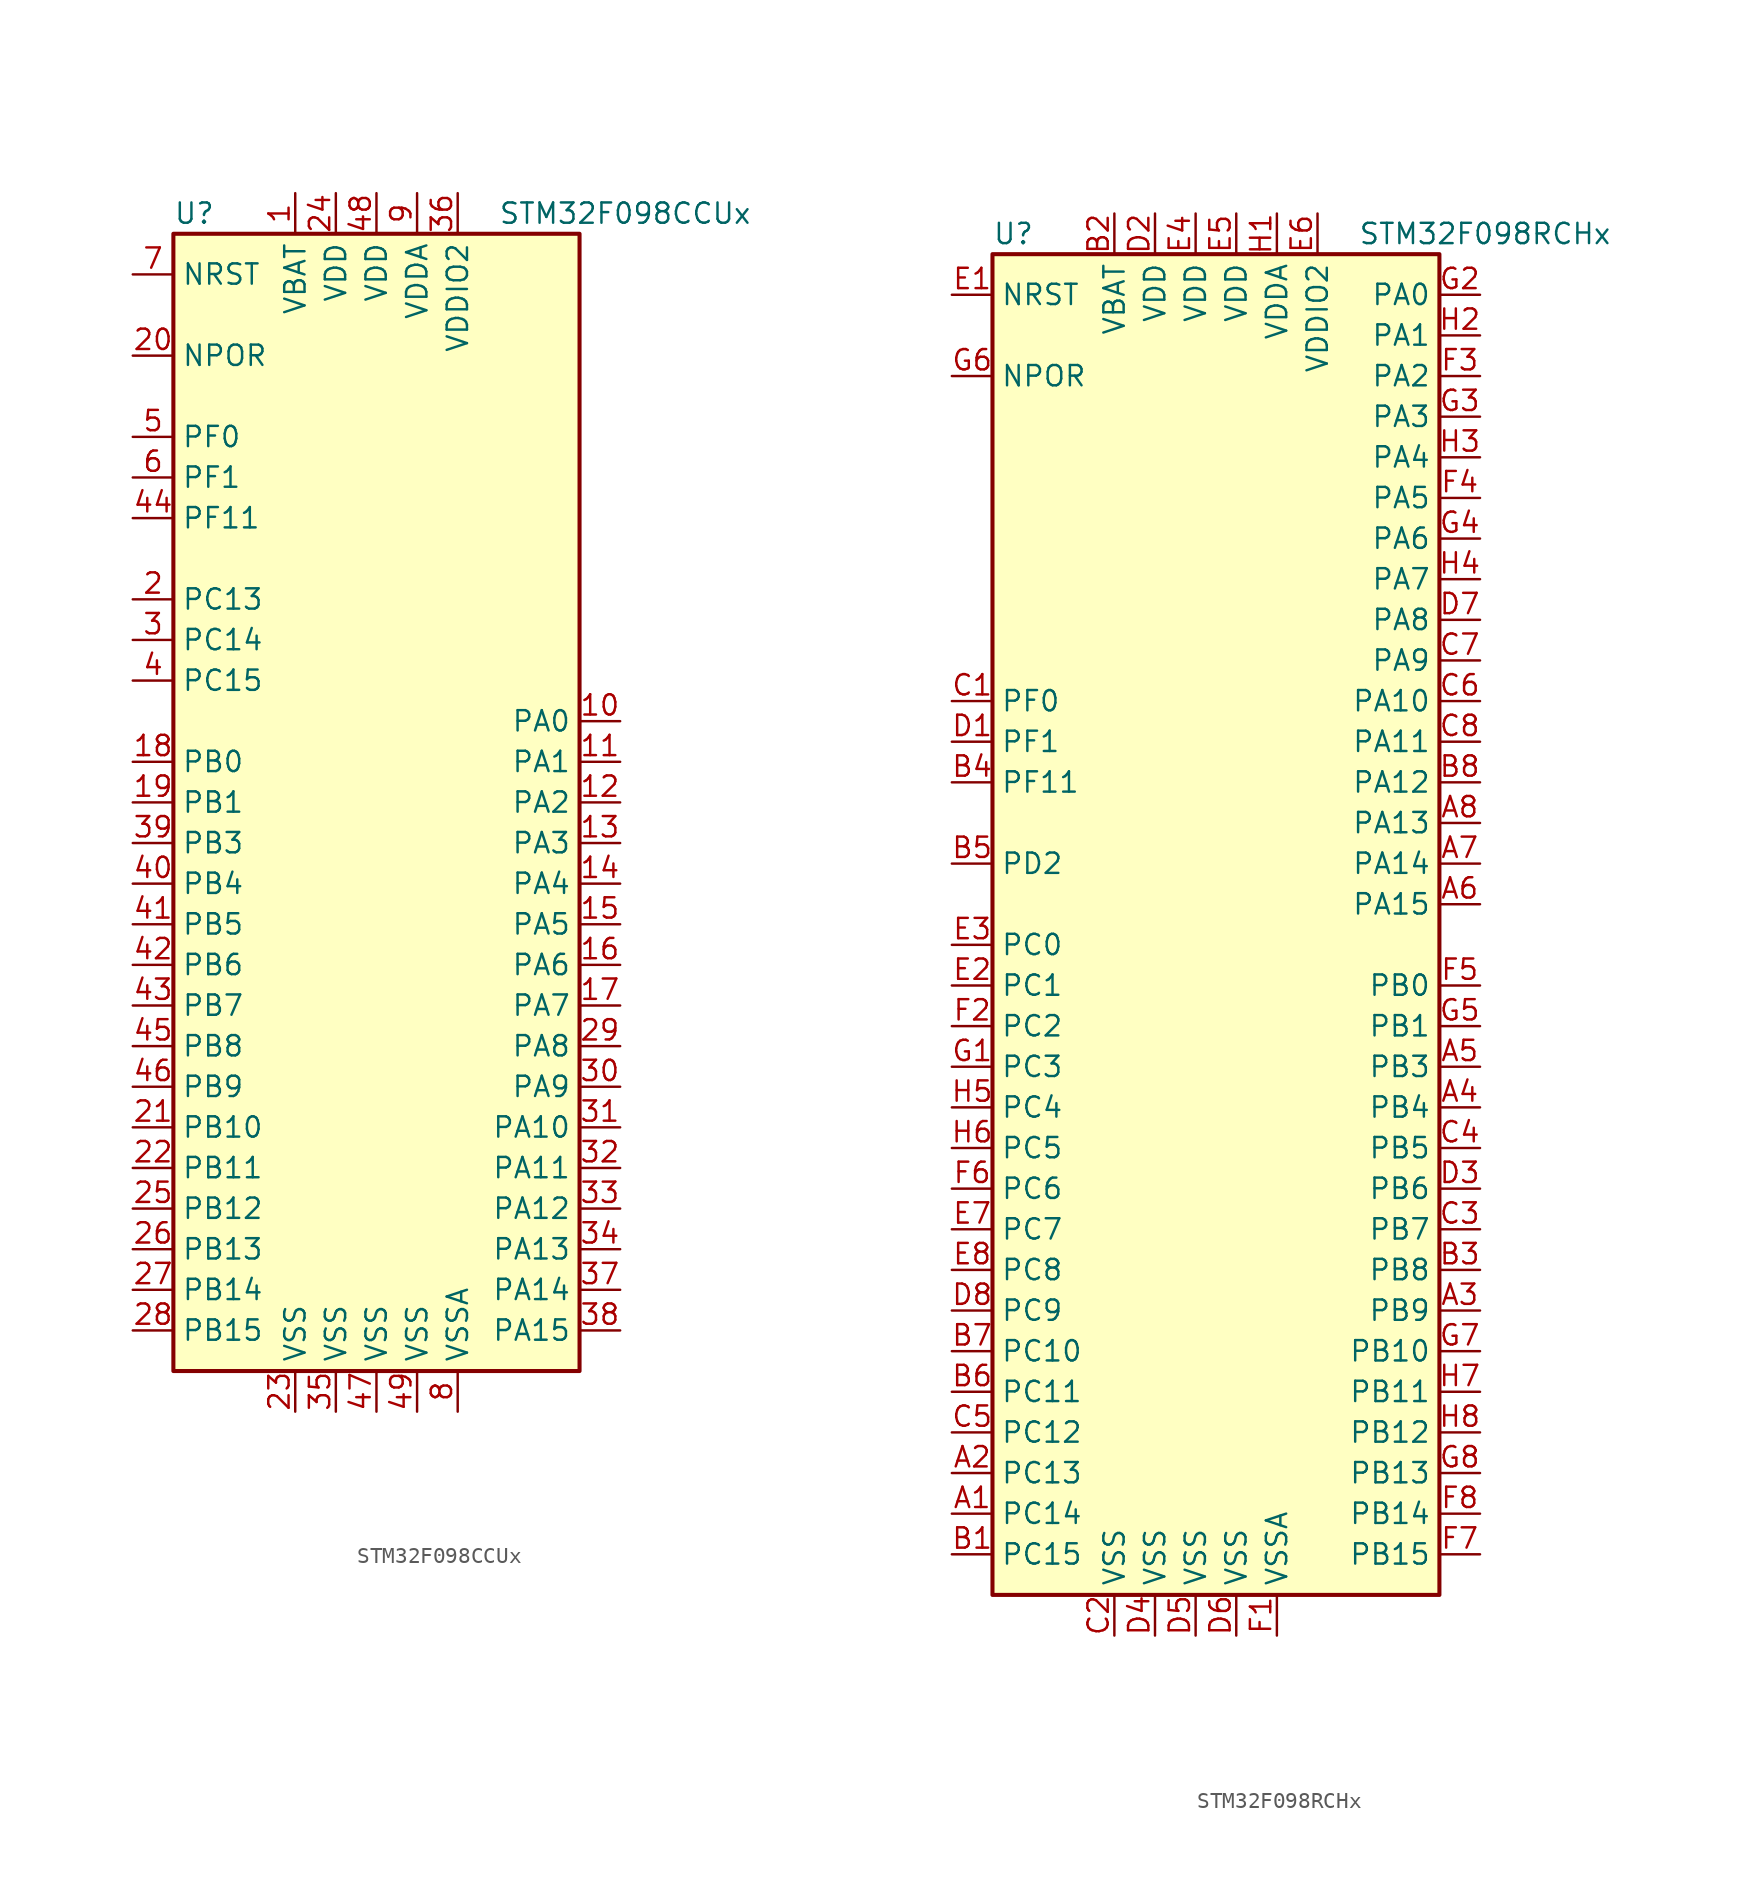
<source format=kicad_sym>
(kicad_symbol_lib
  (version 20201005)
  (generator kicad_symbol_editor)
  (symbol "MCU_ST_STM32F0:STM32F098CCUx"
    (property "Reference" "U"
      (at -12.7 36.83 0)
      (effects (font (size 1.27 1.27)) (justify left)))
    (property "Value" "STM32F098CCUx"
      (at 7.62 36.83 0)
      (effects (font (size 1.27 1.27)) (justify left)))
    (symbol "STM32F098CCUx_0_1"
      (rectangle (start -12.7 -35.56) (end 12.7 35.56) (stroke (width 0.254)) (fill (type background))))
    (symbol "STM32F098CCUx_1_1"
      (pin power_in line (at -5.08 38.1 270) (length 2.54) (name "VBAT" (effects (font (size 1.27 1.27)))) (number "1" (effects (font (size 1.27 1.27)))))
      (pin bidirectional line (at 15.24 5.08 180) (length 2.54) (name "PA0" (effects (font (size 1.27 1.27)))) (number "10" (effects (font (size 1.27 1.27)))))
      (pin bidirectional line (at 15.24 2.54 180) (length 2.54) (name "PA1" (effects (font (size 1.27 1.27)))) (number "11" (effects (font (size 1.27 1.27)))))
      (pin bidirectional line (at 15.24 0 180) (length 2.54) (name "PA2" (effects (font (size 1.27 1.27)))) (number "12" (effects (font (size 1.27 1.27)))))
      (pin bidirectional line (at 15.24 -2.54 180) (length 2.54) (name "PA3" (effects (font (size 1.27 1.27)))) (number "13" (effects (font (size 1.27 1.27)))))
      (pin bidirectional line (at 15.24 -5.08 180) (length 2.54) (name "PA4" (effects (font (size 1.27 1.27)))) (number "14" (effects (font (size 1.27 1.27)))))
      (pin bidirectional line (at 15.24 -7.62 180) (length 2.54) (name "PA5" (effects (font (size 1.27 1.27)))) (number "15" (effects (font (size 1.27 1.27)))))
      (pin bidirectional line (at 15.24 -10.16 180) (length 2.54) (name "PA6" (effects (font (size 1.27 1.27)))) (number "16" (effects (font (size 1.27 1.27)))))
      (pin bidirectional line (at 15.24 -12.7 180) (length 2.54) (name "PA7" (effects (font (size 1.27 1.27)))) (number "17" (effects (font (size 1.27 1.27)))))
      (pin bidirectional line (at -15.24 2.54 0) (length 2.54) (name "PB0" (effects (font (size 1.27 1.27)))) (number "18" (effects (font (size 1.27 1.27)))))
      (pin bidirectional line (at -15.24 0 0) (length 2.54) (name "PB1" (effects (font (size 1.27 1.27)))) (number "19" (effects (font (size 1.27 1.27)))))
      (pin bidirectional line (at -15.24 12.7 0) (length 2.54) (name "PC13" (effects (font (size 1.27 1.27)))) (number "2" (effects (font (size 1.27 1.27)))))
      (pin power_in line (at -15.24 27.94 0) (length 2.54) (name "NPOR" (effects (font (size 1.27 1.27)))) (number "20" (effects (font (size 1.27 1.27)))))
      (pin bidirectional line (at -15.24 -20.32 0) (length 2.54) (name "PB10" (effects (font (size 1.27 1.27)))) (number "21" (effects (font (size 1.27 1.27)))))
      (pin bidirectional line (at -15.24 -22.86 0) (length 2.54) (name "PB11" (effects (font (size 1.27 1.27)))) (number "22" (effects (font (size 1.27 1.27)))))
      (pin power_in line (at -5.08 -38.1 90) (length 2.54) (name "VSS" (effects (font (size 1.27 1.27)))) (number "23" (effects (font (size 1.27 1.27)))))
      (pin power_in line (at -2.54 38.1 270) (length 2.54) (name "VDD" (effects (font (size 1.27 1.27)))) (number "24" (effects (font (size 1.27 1.27)))))
      (pin bidirectional line (at -15.24 -25.4 0) (length 2.54) (name "PB12" (effects (font (size 1.27 1.27)))) (number "25" (effects (font (size 1.27 1.27)))))
      (pin bidirectional line (at -15.24 -27.94 0) (length 2.54) (name "PB13" (effects (font (size 1.27 1.27)))) (number "26" (effects (font (size 1.27 1.27)))))
      (pin bidirectional line (at -15.24 -30.48 0) (length 2.54) (name "PB14" (effects (font (size 1.27 1.27)))) (number "27" (effects (font (size 1.27 1.27)))))
      (pin bidirectional line (at -15.24 -33.02 0) (length 2.54) (name "PB15" (effects (font (size 1.27 1.27)))) (number "28" (effects (font (size 1.27 1.27)))))
      (pin bidirectional line (at 15.24 -15.24 180) (length 2.54) (name "PA8" (effects (font (size 1.27 1.27)))) (number "29" (effects (font (size 1.27 1.27)))))
      (pin bidirectional line (at -15.24 10.16 0) (length 2.54) (name "PC14" (effects (font (size 1.27 1.27)))) (number "3" (effects (font (size 1.27 1.27)))))
      (pin bidirectional line (at 15.24 -17.78 180) (length 2.54) (name "PA9" (effects (font (size 1.27 1.27)))) (number "30" (effects (font (size 1.27 1.27)))))
      (pin bidirectional line (at 15.24 -20.32 180) (length 2.54) (name "PA10" (effects (font (size 1.27 1.27)))) (number "31" (effects (font (size 1.27 1.27)))))
      (pin bidirectional line (at 15.24 -22.86 180) (length 2.54) (name "PA11" (effects (font (size 1.27 1.27)))) (number "32" (effects (font (size 1.27 1.27)))))
      (pin bidirectional line (at 15.24 -25.4 180) (length 2.54) (name "PA12" (effects (font (size 1.27 1.27)))) (number "33" (effects (font (size 1.27 1.27)))))
      (pin bidirectional line (at 15.24 -27.94 180) (length 2.54) (name "PA13" (effects (font (size 1.27 1.27)))) (number "34" (effects (font (size 1.27 1.27)))))
      (pin power_in line (at -2.54 -38.1 90) (length 2.54) (name "VSS" (effects (font (size 1.27 1.27)))) (number "35" (effects (font (size 1.27 1.27)))))
      (pin power_in line (at 5.08 38.1 270) (length 2.54) (name "VDDIO2" (effects (font (size 1.27 1.27)))) (number "36" (effects (font (size 1.27 1.27)))))
      (pin bidirectional line (at 15.24 -30.48 180) (length 2.54) (name "PA14" (effects (font (size 1.27 1.27)))) (number "37" (effects (font (size 1.27 1.27)))))
      (pin bidirectional line (at 15.24 -33.02 180) (length 2.54) (name "PA15" (effects (font (size 1.27 1.27)))) (number "38" (effects (font (size 1.27 1.27)))))
      (pin bidirectional line (at -15.24 -2.54 0) (length 2.54) (name "PB3" (effects (font (size 1.27 1.27)))) (number "39" (effects (font (size 1.27 1.27)))))
      (pin bidirectional line (at -15.24 7.62 0) (length 2.54) (name "PC15" (effects (font (size 1.27 1.27)))) (number "4" (effects (font (size 1.27 1.27)))))
      (pin bidirectional line (at -15.24 -5.08 0) (length 2.54) (name "PB4" (effects (font (size 1.27 1.27)))) (number "40" (effects (font (size 1.27 1.27)))))
      (pin bidirectional line (at -15.24 -7.62 0) (length 2.54) (name "PB5" (effects (font (size 1.27 1.27)))) (number "41" (effects (font (size 1.27 1.27)))))
      (pin bidirectional line (at -15.24 -10.16 0) (length 2.54) (name "PB6" (effects (font (size 1.27 1.27)))) (number "42" (effects (font (size 1.27 1.27)))))
      (pin bidirectional line (at -15.24 -12.7 0) (length 2.54) (name "PB7" (effects (font (size 1.27 1.27)))) (number "43" (effects (font (size 1.27 1.27)))))
      (pin bidirectional line (at -15.24 17.78 0) (length 2.54) (name "PF11" (effects (font (size 1.27 1.27)))) (number "44" (effects (font (size 1.27 1.27)))))
      (pin bidirectional line (at -15.24 -15.24 0) (length 2.54) (name "PB8" (effects (font (size 1.27 1.27)))) (number "45" (effects (font (size 1.27 1.27)))))
      (pin bidirectional line (at -15.24 -17.78 0) (length 2.54) (name "PB9" (effects (font (size 1.27 1.27)))) (number "46" (effects (font (size 1.27 1.27)))))
      (pin power_in line (at 0 -38.1 90) (length 2.54) (name "VSS" (effects (font (size 1.27 1.27)))) (number "47" (effects (font (size 1.27 1.27)))))
      (pin power_in line (at 0 38.1 270) (length 2.54) (name "VDD" (effects (font (size 1.27 1.27)))) (number "48" (effects (font (size 1.27 1.27)))))
      (pin power_in line (at 2.54 -38.1 90) (length 2.54) (name "VSS" (effects (font (size 1.27 1.27)))) (number "49" (effects (font (size 1.27 1.27)))))
      (pin input line (at -15.24 22.86 0) (length 2.54) (name "PF0" (effects (font (size 1.27 1.27)))) (number "5" (effects (font (size 1.27 1.27)))))
      (pin input line (at -15.24 20.32 0) (length 2.54) (name "PF1" (effects (font (size 1.27 1.27)))) (number "6" (effects (font (size 1.27 1.27)))))
      (pin input line (at -15.24 33.02 0) (length 2.54) (name "NRST" (effects (font (size 1.27 1.27)))) (number "7" (effects (font (size 1.27 1.27)))))
      (pin power_in line (at 5.08 -38.1 90) (length 2.54) (name "VSSA" (effects (font (size 1.27 1.27)))) (number "8" (effects (font (size 1.27 1.27)))))
      (pin power_in line (at 2.54 38.1 270) (length 2.54) (name "VDDA" (effects (font (size 1.27 1.27)))) (number "9" (effects (font (size 1.27 1.27)))))))
  (symbol "MCU_ST_STM32F0:STM32F098RCHx"
    (property "Reference" "U"
      (at -15.24 41.91 0)
      (effects (font (size 1.27 1.27)) (justify left)))
    (property "Value" "STM32F098RCHx"
      (at 7.62 41.91 0)
      (effects (font (size 1.27 1.27)) (justify left)))
    (symbol "STM32F098RCHx_0_1"
      (rectangle (start -15.24 -43.18) (end 12.7 40.64) (stroke (width 0.254)) (fill (type background))))
    (symbol "STM32F098RCHx_1_1"
      (pin bidirectional line (at -17.78 -38.1 0) (length 2.54) (name "PC14" (effects (font (size 1.27 1.27)))) (number "A1" (effects (font (size 1.27 1.27)))))
      (pin bidirectional line (at -17.78 -35.56 0) (length 2.54) (name "PC13" (effects (font (size 1.27 1.27)))) (number "A2" (effects (font (size 1.27 1.27)))))
      (pin bidirectional line (at 15.24 -25.4 180) (length 2.54) (name "PB9" (effects (font (size 1.27 1.27)))) (number "A3" (effects (font (size 1.27 1.27)))))
      (pin bidirectional line (at 15.24 -12.7 180) (length 2.54) (name "PB4" (effects (font (size 1.27 1.27)))) (number "A4" (effects (font (size 1.27 1.27)))))
      (pin bidirectional line (at 15.24 -10.16 180) (length 2.54) (name "PB3" (effects (font (size 1.27 1.27)))) (number "A5" (effects (font (size 1.27 1.27)))))
      (pin bidirectional line (at 15.24 0 180) (length 2.54) (name "PA15" (effects (font (size 1.27 1.27)))) (number "A6" (effects (font (size 1.27 1.27)))))
      (pin bidirectional line (at 15.24 2.54 180) (length 2.54) (name "PA14" (effects (font (size 1.27 1.27)))) (number "A7" (effects (font (size 1.27 1.27)))))
      (pin bidirectional line (at 15.24 5.08 180) (length 2.54) (name "PA13" (effects (font (size 1.27 1.27)))) (number "A8" (effects (font (size 1.27 1.27)))))
      (pin bidirectional line (at -17.78 -40.64 0) (length 2.54) (name "PC15" (effects (font (size 1.27 1.27)))) (number "B1" (effects (font (size 1.27 1.27)))))
      (pin power_in line (at -7.62 43.18 270) (length 2.54) (name "VBAT" (effects (font (size 1.27 1.27)))) (number "B2" (effects (font (size 1.27 1.27)))))
      (pin bidirectional line (at 15.24 -22.86 180) (length 2.54) (name "PB8" (effects (font (size 1.27 1.27)))) (number "B3" (effects (font (size 1.27 1.27)))))
      (pin bidirectional line (at -17.78 7.62 0) (length 2.54) (name "PF11" (effects (font (size 1.27 1.27)))) (number "B4" (effects (font (size 1.27 1.27)))))
      (pin bidirectional line (at -17.78 2.54 0) (length 2.54) (name "PD2" (effects (font (size 1.27 1.27)))) (number "B5" (effects (font (size 1.27 1.27)))))
      (pin bidirectional line (at -17.78 -30.48 0) (length 2.54) (name "PC11" (effects (font (size 1.27 1.27)))) (number "B6" (effects (font (size 1.27 1.27)))))
      (pin bidirectional line (at -17.78 -27.94 0) (length 2.54) (name "PC10" (effects (font (size 1.27 1.27)))) (number "B7" (effects (font (size 1.27 1.27)))))
      (pin bidirectional line (at 15.24 7.62 180) (length 2.54) (name "PA12" (effects (font (size 1.27 1.27)))) (number "B8" (effects (font (size 1.27 1.27)))))
      (pin input line (at -17.78 12.7 0) (length 2.54) (name "PF0" (effects (font (size 1.27 1.27)))) (number "C1" (effects (font (size 1.27 1.27)))))
      (pin power_in line (at -7.62 -45.72 90) (length 2.54) (name "VSS" (effects (font (size 1.27 1.27)))) (number "C2" (effects (font (size 1.27 1.27)))))
      (pin bidirectional line (at 15.24 -20.32 180) (length 2.54) (name "PB7" (effects (font (size 1.27 1.27)))) (number "C3" (effects (font (size 1.27 1.27)))))
      (pin bidirectional line (at 15.24 -15.24 180) (length 2.54) (name "PB5" (effects (font (size 1.27 1.27)))) (number "C4" (effects (font (size 1.27 1.27)))))
      (pin bidirectional line (at -17.78 -33.02 0) (length 2.54) (name "PC12" (effects (font (size 1.27 1.27)))) (number "C5" (effects (font (size 1.27 1.27)))))
      (pin bidirectional line (at 15.24 12.7 180) (length 2.54) (name "PA10" (effects (font (size 1.27 1.27)))) (number "C6" (effects (font (size 1.27 1.27)))))
      (pin bidirectional line (at 15.24 15.24 180) (length 2.54) (name "PA9" (effects (font (size 1.27 1.27)))) (number "C7" (effects (font (size 1.27 1.27)))))
      (pin bidirectional line (at 15.24 10.16 180) (length 2.54) (name "PA11" (effects (font (size 1.27 1.27)))) (number "C8" (effects (font (size 1.27 1.27)))))
      (pin input line (at -17.78 10.16 0) (length 2.54) (name "PF1" (effects (font (size 1.27 1.27)))) (number "D1" (effects (font (size 1.27 1.27)))))
      (pin power_in line (at -5.08 43.18 270) (length 2.54) (name "VDD" (effects (font (size 1.27 1.27)))) (number "D2" (effects (font (size 1.27 1.27)))))
      (pin bidirectional line (at 15.24 -17.78 180) (length 2.54) (name "PB6" (effects (font (size 1.27 1.27)))) (number "D3" (effects (font (size 1.27 1.27)))))
      (pin power_in line (at -5.08 -45.72 90) (length 2.54) (name "VSS" (effects (font (size 1.27 1.27)))) (number "D4" (effects (font (size 1.27 1.27)))))
      (pin power_in line (at -2.54 -45.72 90) (length 2.54) (name "VSS" (effects (font (size 1.27 1.27)))) (number "D5" (effects (font (size 1.27 1.27)))))
      (pin power_in line (at 0 -45.72 90) (length 2.54) (name "VSS" (effects (font (size 1.27 1.27)))) (number "D6" (effects (font (size 1.27 1.27)))))
      (pin bidirectional line (at 15.24 17.78 180) (length 2.54) (name "PA8" (effects (font (size 1.27 1.27)))) (number "D7" (effects (font (size 1.27 1.27)))))
      (pin bidirectional line (at -17.78 -25.4 0) (length 2.54) (name "PC9" (effects (font (size 1.27 1.27)))) (number "D8" (effects (font (size 1.27 1.27)))))
      (pin input line (at -17.78 38.1 0) (length 2.54) (name "NRST" (effects (font (size 1.27 1.27)))) (number "E1" (effects (font (size 1.27 1.27)))))
      (pin bidirectional line (at -17.78 -5.08 0) (length 2.54) (name "PC1" (effects (font (size 1.27 1.27)))) (number "E2" (effects (font (size 1.27 1.27)))))
      (pin bidirectional line (at -17.78 -2.54 0) (length 2.54) (name "PC0" (effects (font (size 1.27 1.27)))) (number "E3" (effects (font (size 1.27 1.27)))))
      (pin power_in line (at -2.54 43.18 270) (length 2.54) (name "VDD" (effects (font (size 1.27 1.27)))) (number "E4" (effects (font (size 1.27 1.27)))))
      (pin power_in line (at 0 43.18 270) (length 2.54) (name "VDD" (effects (font (size 1.27 1.27)))) (number "E5" (effects (font (size 1.27 1.27)))))
      (pin power_in line (at 5.08 43.18 270) (length 2.54) (name "VDDIO2" (effects (font (size 1.27 1.27)))) (number "E6" (effects (font (size 1.27 1.27)))))
      (pin bidirectional line (at -17.78 -20.32 0) (length 2.54) (name "PC7" (effects (font (size 1.27 1.27)))) (number "E7" (effects (font (size 1.27 1.27)))))
      (pin bidirectional line (at -17.78 -22.86 0) (length 2.54) (name "PC8" (effects (font (size 1.27 1.27)))) (number "E8" (effects (font (size 1.27 1.27)))))
      (pin power_in line (at 2.54 -45.72 90) (length 2.54) (name "VSSA" (effects (font (size 1.27 1.27)))) (number "F1" (effects (font (size 1.27 1.27)))))
      (pin bidirectional line (at -17.78 -7.62 0) (length 2.54) (name "PC2" (effects (font (size 1.27 1.27)))) (number "F2" (effects (font (size 1.27 1.27)))))
      (pin bidirectional line (at 15.24 33.02 180) (length 2.54) (name "PA2" (effects (font (size 1.27 1.27)))) (number "F3" (effects (font (size 1.27 1.27)))))
      (pin bidirectional line (at 15.24 25.4 180) (length 2.54) (name "PA5" (effects (font (size 1.27 1.27)))) (number "F4" (effects (font (size 1.27 1.27)))))
      (pin bidirectional line (at 15.24 -5.08 180) (length 2.54) (name "PB0" (effects (font (size 1.27 1.27)))) (number "F5" (effects (font (size 1.27 1.27)))))
      (pin bidirectional line (at -17.78 -17.78 0) (length 2.54) (name "PC6" (effects (font (size 1.27 1.27)))) (number "F6" (effects (font (size 1.27 1.27)))))
      (pin bidirectional line (at 15.24 -40.64 180) (length 2.54) (name "PB15" (effects (font (size 1.27 1.27)))) (number "F7" (effects (font (size 1.27 1.27)))))
      (pin bidirectional line (at 15.24 -38.1 180) (length 2.54) (name "PB14" (effects (font (size 1.27 1.27)))) (number "F8" (effects (font (size 1.27 1.27)))))
      (pin bidirectional line (at -17.78 -10.16 0) (length 2.54) (name "PC3" (effects (font (size 1.27 1.27)))) (number "G1" (effects (font (size 1.27 1.27)))))
      (pin bidirectional line (at 15.24 38.1 180) (length 2.54) (name "PA0" (effects (font (size 1.27 1.27)))) (number "G2" (effects (font (size 1.27 1.27)))))
      (pin bidirectional line (at 15.24 30.48 180) (length 2.54) (name "PA3" (effects (font (size 1.27 1.27)))) (number "G3" (effects (font (size 1.27 1.27)))))
      (pin bidirectional line (at 15.24 22.86 180) (length 2.54) (name "PA6" (effects (font (size 1.27 1.27)))) (number "G4" (effects (font (size 1.27 1.27)))))
      (pin bidirectional line (at 15.24 -7.62 180) (length 2.54) (name "PB1" (effects (font (size 1.27 1.27)))) (number "G5" (effects (font (size 1.27 1.27)))))
      (pin power_in line (at -17.78 33.02 0) (length 2.54) (name "NPOR" (effects (font (size 1.27 1.27)))) (number "G6" (effects (font (size 1.27 1.27)))))
      (pin bidirectional line (at 15.24 -27.94 180) (length 2.54) (name "PB10" (effects (font (size 1.27 1.27)))) (number "G7" (effects (font (size 1.27 1.27)))))
      (pin bidirectional line (at 15.24 -35.56 180) (length 2.54) (name "PB13" (effects (font (size 1.27 1.27)))) (number "G8" (effects (font (size 1.27 1.27)))))
      (pin power_in line (at 2.54 43.18 270) (length 2.54) (name "VDDA" (effects (font (size 1.27 1.27)))) (number "H1" (effects (font (size 1.27 1.27)))))
      (pin bidirectional line (at 15.24 35.56 180) (length 2.54) (name "PA1" (effects (font (size 1.27 1.27)))) (number "H2" (effects (font (size 1.27 1.27)))))
      (pin bidirectional line (at 15.24 27.94 180) (length 2.54) (name "PA4" (effects (font (size 1.27 1.27)))) (number "H3" (effects (font (size 1.27 1.27)))))
      (pin bidirectional line (at 15.24 20.32 180) (length 2.54) (name "PA7" (effects (font (size 1.27 1.27)))) (number "H4" (effects (font (size 1.27 1.27)))))
      (pin bidirectional line (at -17.78 -12.7 0) (length 2.54) (name "PC4" (effects (font (size 1.27 1.27)))) (number "H5" (effects (font (size 1.27 1.27)))))
      (pin bidirectional line (at -17.78 -15.24 0) (length 2.54) (name "PC5" (effects (font (size 1.27 1.27)))) (number "H6" (effects (font (size 1.27 1.27)))))
      (pin bidirectional line (at 15.24 -30.48 180) (length 2.54) (name "PB11" (effects (font (size 1.27 1.27)))) (number "H7" (effects (font (size 1.27 1.27)))))
      (pin bidirectional line (at 15.24 -33.02 180) (length 2.54) (name "PB12" (effects (font (size 1.27 1.27)))) (number "H8" (effects (font (size 1.27 1.27))))))))
</source>
